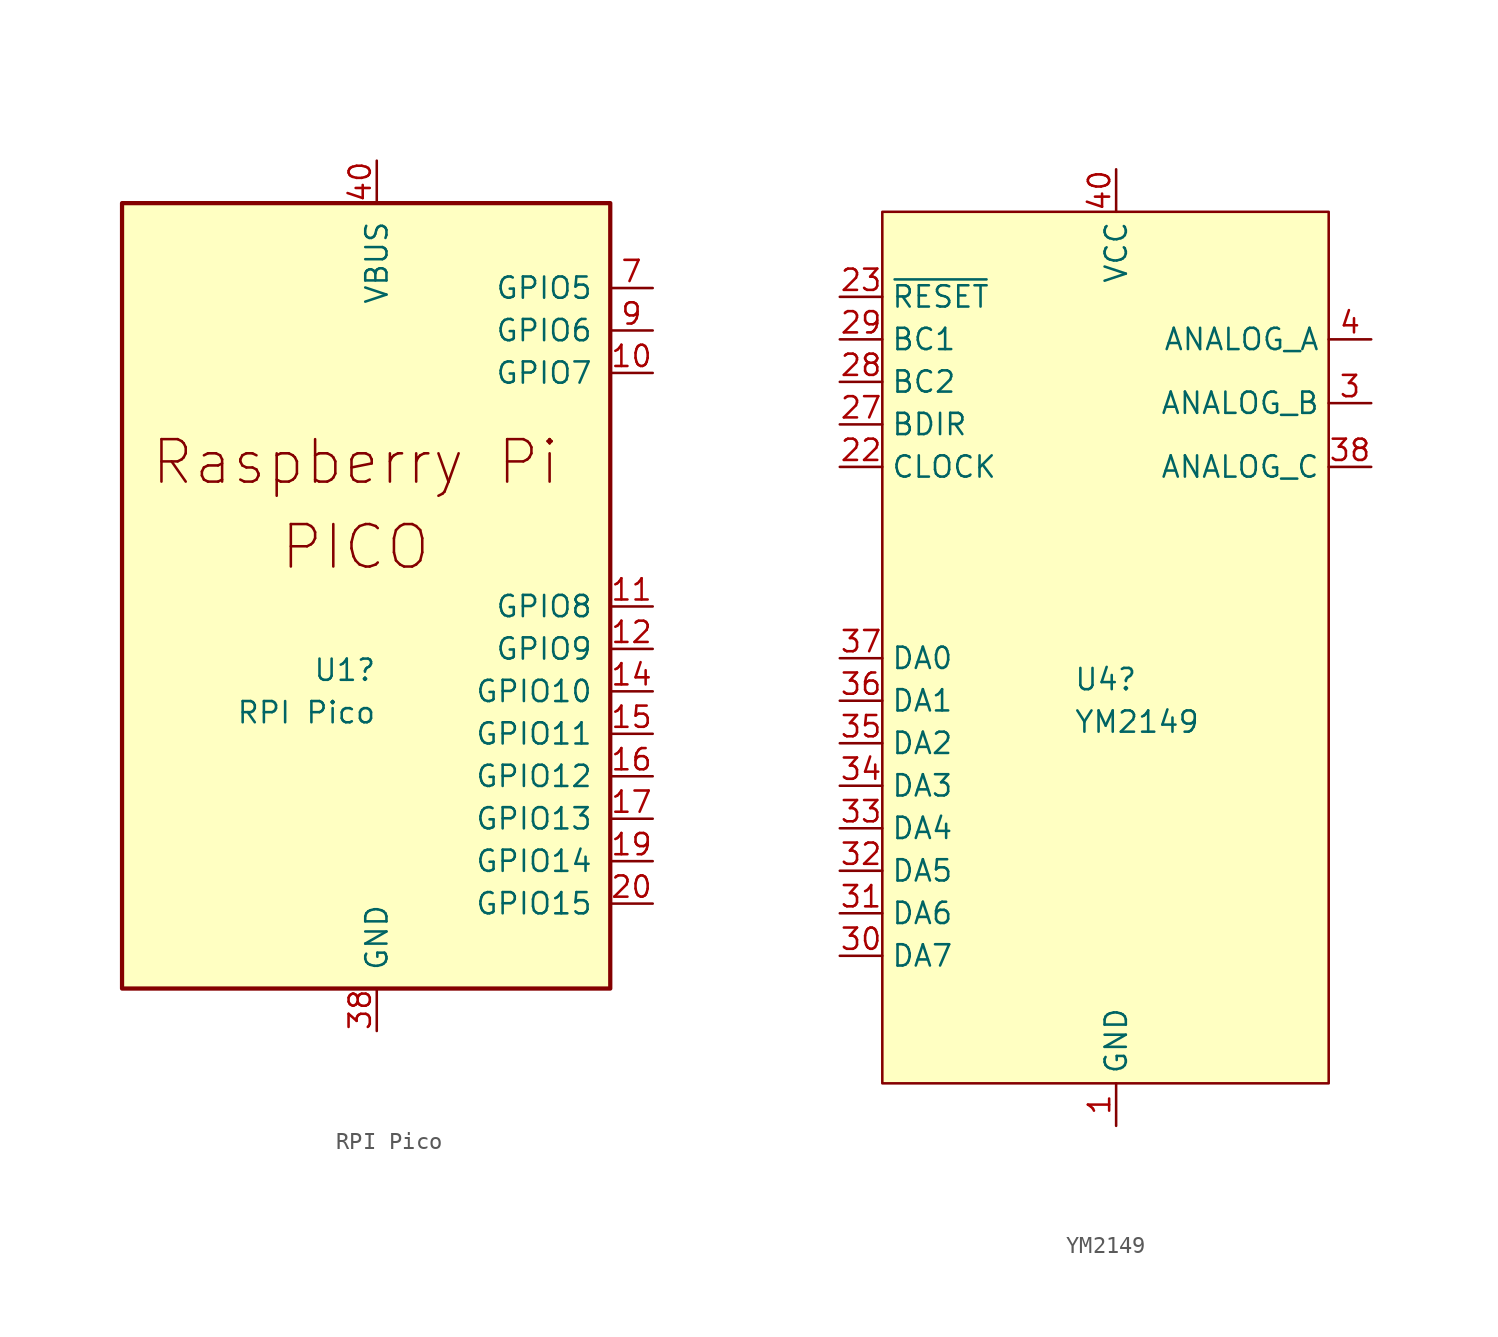
<source format=kicad_sym>
(kicad_symbol_lib
  (version 20211014)
  (generator kicad_symbol_editor)
  (symbol "RPI Pico"
    (pin_names
      (offset 1.016))
    (property "Reference" "U1"
      (at 0 -8.89 0)
      (effects (font (size 1.27 1.27)) (justify right)))
    (property "Value" "RPI Pico"
      (at 0 -11.43 0)
      (effects (font (size 1.27 1.27)) (justify right)))
    (symbol "RPI Pico_0_0"
      (text "PICO" (at -1.27 -1.524 0) (effects (font (size 2.54 2.54))))
      (text "Raspberry Pi" (at -1.27 3.556 0) (effects (font (size 2.54 2.54)))))
    (symbol "RPI Pico_0_1"
      (rectangle (start -15.24 19.05) (end 13.97 -27.94) (stroke (width 0.254) (type default) (color 0 0 0 0)) (fill (type background))))
    (symbol "RPI Pico_1_1"
      (pin bidirectional line (at 16.51 8.89 180) (length 2.54) (name "GPIO7" (effects (font (size 1.27 1.27)))) (number "10" (effects (font (size 1.27 1.27)))))
      (pin bidirectional line (at 16.51 -5.08 180) (length 2.54) (name "GPIO8" (effects (font (size 1.27 1.27)))) (number "11" (effects (font (size 1.27 1.27)))))
      (pin bidirectional line (at 16.51 -7.62 180) (length 2.54) (name "GPIO9" (effects (font (size 1.27 1.27)))) (number "12" (effects (font (size 1.27 1.27)))))
      (pin bidirectional line (at 16.51 -10.16 180) (length 2.54) (name "GPIO10" (effects (font (size 1.27 1.27)))) (number "14" (effects (font (size 1.27 1.27)))))
      (pin bidirectional line (at 16.51 -12.7 180) (length 2.54) (name "GPIO11" (effects (font (size 1.27 1.27)))) (number "15" (effects (font (size 1.27 1.27)))))
      (pin bidirectional line (at 16.51 -15.24 180) (length 2.54) (name "GPIO12" (effects (font (size 1.27 1.27)))) (number "16" (effects (font (size 1.27 1.27)))))
      (pin bidirectional line (at 16.51 -17.78 180) (length 2.54) (name "GPIO13" (effects (font (size 1.27 1.27)))) (number "17" (effects (font (size 1.27 1.27)))))
      (pin bidirectional line (at 16.51 -20.32 180) (length 2.54) (name "GPIO14" (effects (font (size 1.27 1.27)))) (number "19" (effects (font (size 1.27 1.27)))))
      (pin bidirectional line (at 16.51 -22.86 180) (length 2.54) (name "GPIO15" (effects (font (size 1.27 1.27)))) (number "20" (effects (font (size 1.27 1.27)))))
      (pin power_in line (at 0 -30.48 90) (length 2.54) (name "GND" (effects (font (size 1.27 1.27)))) (number "38" (effects (font (size 1.27 1.27)))))
      (pin power_out line (at 0 21.59 270) (length 2.54) (name "VBUS" (effects (font (size 1.27 1.27)))) (number "40" (effects (font (size 1.27 1.27)))))
      (pin bidirectional line (at 16.51 13.97 180) (length 2.54) (name "GPIO5" (effects (font (size 1.27 1.27)))) (number "7" (effects (font (size 1.27 1.27)))))
      (pin bidirectional line (at 16.51 11.43 180) (length 2.54) (name "GPIO6" (effects (font (size 1.27 1.27)))) (number "9" (effects (font (size 1.27 1.27)))))))
  (symbol "YM2149"
    (property "Reference" "U4"
      (at -2.54 -16.51 0)
      (effects (font (size 1.27 1.27)) (justify left)))
    (property "Value" "YM2149"
      (at -2.54 -19.05 0)
      (effects (font (size 1.27 1.27)) (justify left)))
    (symbol "YM2149_0_1"
      (rectangle (start -13.97 11.43) (end 12.7 -40.64) (stroke (width 0) (type default) (color 0 0 0 0)) (fill (type background))))
    (symbol "YM2149_1_0"
      (pin power_in line (at 0 -43.18 90) (length 2.54) (name "GND" (effects (font (size 1.27 1.27)))) (number "1" (effects (font (size 1.27 1.27))))))
    (symbol "YM2149_1_1"
      (pin input line (at -16.51 -3.81 0) (length 2.54) (name "CLOCK" (effects (font (size 1.27 1.27)))) (number "22" (effects (font (size 1.27 1.27)))))
      (pin input line (at -16.51 6.35 0) (length 2.54) (name "~{RESET}" (effects (font (size 1.27 1.27)))) (number "23" (effects (font (size 1.27 1.27)))))
      (pin input line (at -16.51 -1.27 0) (length 2.54) (name "BDIR" (effects (font (size 1.27 1.27)))) (number "27" (effects (font (size 1.27 1.27)))))
      (pin input line (at -16.51 1.27 0) (length 2.54) (name "BC2" (effects (font (size 1.27 1.27)))) (number "28" (effects (font (size 1.27 1.27)))))
      (pin input line (at -16.51 3.81 0) (length 2.54) (name "BC1" (effects (font (size 1.27 1.27)))) (number "29" (effects (font (size 1.27 1.27)))))
      (pin output line (at 15.24 0 180) (length 2.54) (name "ANALOG_B" (effects (font (size 1.27 1.27)))) (number "3" (effects (font (size 1.27 1.27)))))
      (pin input line (at -16.51 -33.02 0) (length 2.54) (name "DA7" (effects (font (size 1.27 1.27)))) (number "30" (effects (font (size 1.27 1.27)))))
      (pin input line (at -16.51 -30.48 0) (length 2.54) (name "DA6" (effects (font (size 1.27 1.27)))) (number "31" (effects (font (size 1.27 1.27)))))
      (pin input line (at -16.51 -27.94 0) (length 2.54) (name "DA5" (effects (font (size 1.27 1.27)))) (number "32" (effects (font (size 1.27 1.27)))))
      (pin input line (at -16.51 -25.4 0) (length 2.54) (name "DA4" (effects (font (size 1.27 1.27)))) (number "33" (effects (font (size 1.27 1.27)))))
      (pin input line (at -16.51 -22.86 0) (length 2.54) (name "DA3" (effects (font (size 1.27 1.27)))) (number "34" (effects (font (size 1.27 1.27)))))
      (pin input line (at -16.51 -20.32 0) (length 2.54) (name "DA2" (effects (font (size 1.27 1.27)))) (number "35" (effects (font (size 1.27 1.27)))))
      (pin input line (at -16.51 -17.78 0) (length 2.54) (name "DA1" (effects (font (size 1.27 1.27)))) (number "36" (effects (font (size 1.27 1.27)))))
      (pin input line (at -16.51 -15.24 0) (length 2.54) (name "DA0" (effects (font (size 1.27 1.27)))) (number "37" (effects (font (size 1.27 1.27)))))
      (pin output line (at 15.24 -3.81 180) (length 2.54) (name "ANALOG_C" (effects (font (size 1.27 1.27)))) (number "38" (effects (font (size 1.27 1.27)))))
      (pin output line (at 15.24 3.81 180) (length 2.54) (name "ANALOG_A" (effects (font (size 1.27 1.27)))) (number "4" (effects (font (size 1.27 1.27)))))
      (pin power_in line (at 0 13.97 270) (length 2.54) (name "VCC" (effects (font (size 1.27 1.27)))) (number "40" (effects (font (size 1.27 1.27))))))))
</source>
